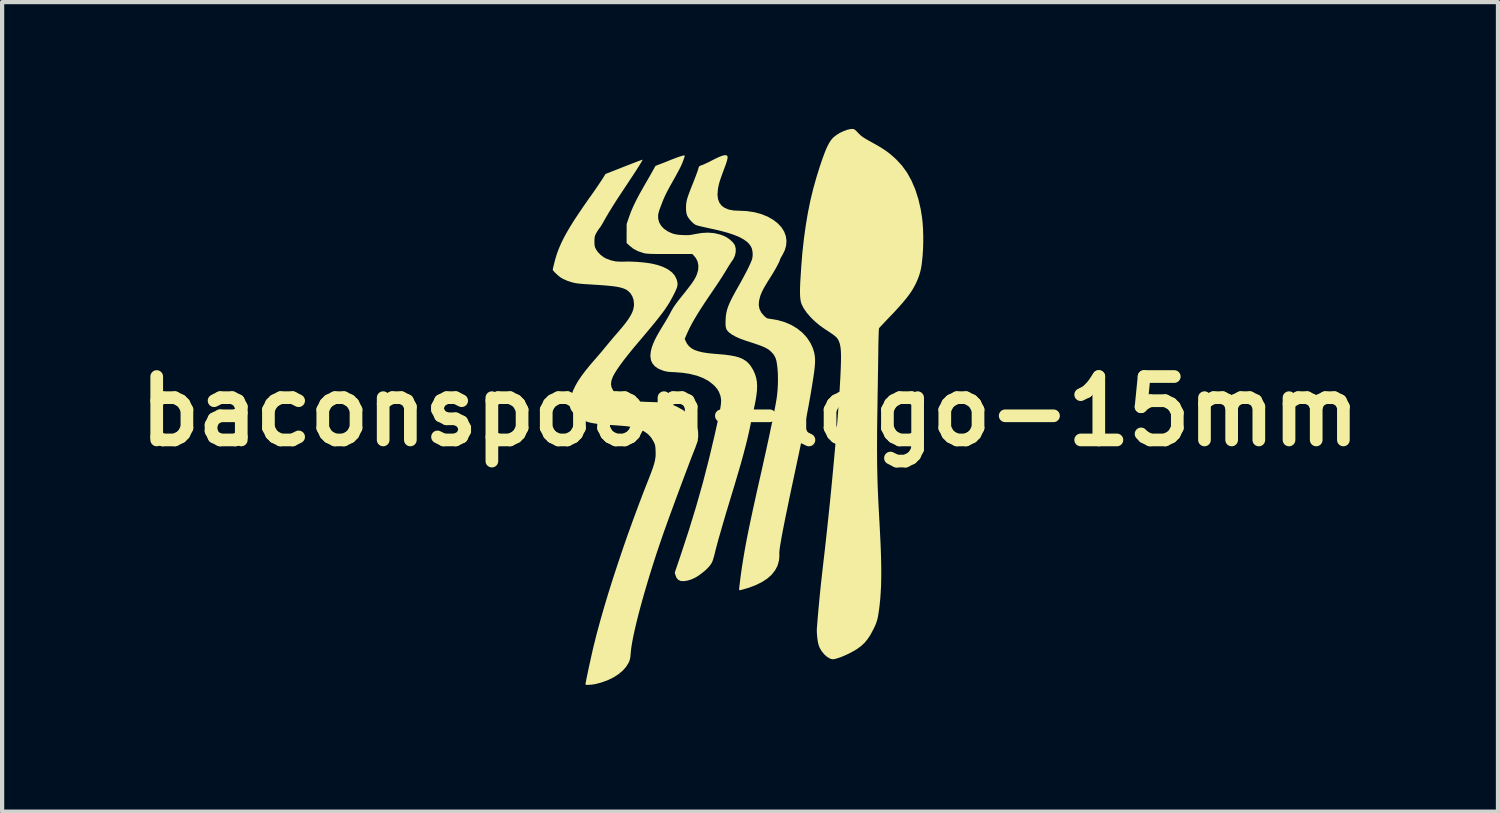
<source format=kicad_pcb>
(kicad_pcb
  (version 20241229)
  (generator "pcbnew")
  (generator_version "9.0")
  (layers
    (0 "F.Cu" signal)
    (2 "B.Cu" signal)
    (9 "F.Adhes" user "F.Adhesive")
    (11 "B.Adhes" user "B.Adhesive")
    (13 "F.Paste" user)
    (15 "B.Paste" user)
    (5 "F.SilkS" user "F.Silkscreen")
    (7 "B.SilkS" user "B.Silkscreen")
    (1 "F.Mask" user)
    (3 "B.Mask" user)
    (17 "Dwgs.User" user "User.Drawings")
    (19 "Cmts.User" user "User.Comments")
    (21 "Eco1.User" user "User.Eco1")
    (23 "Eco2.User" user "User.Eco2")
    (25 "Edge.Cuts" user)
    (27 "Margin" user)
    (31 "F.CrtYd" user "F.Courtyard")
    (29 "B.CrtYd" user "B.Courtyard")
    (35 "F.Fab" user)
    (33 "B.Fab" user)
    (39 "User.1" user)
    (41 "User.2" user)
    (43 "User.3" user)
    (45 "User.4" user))
  (footprint "baconspoon-logo-15mm"
    (layer "F.Cu")
    (at 14.693 6.679)
    (property "Reference" "baconspoon-logo-15mm" (at 0 0 0) (layer "F.SilkS") (effects (font (size 1.5 1.5) (thickness 0.3))))
    (attr board_only exclude_from_pos_files exclude_from_bom)
    (fp_poly (pts (xy 2.44 -6.677) (xy 2.463 -6.67) (xy 2.487 -6.654) (xy 2.519 -6.625) (xy 2.546 -6.597) (xy 2.578 -6.563) (xy 2.608 -6.534) (xy 2.637 -6.509) (xy 2.671 -6.485) (xy 2.712 -6.458) (xy 2.764 -6.427) (xy 2.832 -6.389) (xy 2.916 -6.342) (xy 3.039 -6.273) (xy 3.143 -6.209) (xy 3.234 -6.147) (xy 3.318 -6.082) (xy 3.401 -6.011) (xy 3.458 -5.958) (xy 3.594 -5.811) (xy 3.715 -5.644) (xy 3.819 -5.456) (xy 3.908 -5.249) (xy 3.981 -5.022) (xy 4.038 -4.776) (xy 4.068 -4.59) (xy 4.082 -4.46) (xy 4.092 -4.312) (xy 4.097 -4.153) (xy 4.097 -3.99) (xy 4.092 -3.83) (xy 4.082 -3.68) (xy 4.081 -3.669) (xy 4.069 -3.551) (xy 4.057 -3.452) (xy 4.042 -3.368) (xy 4.024 -3.291) (xy 4.001 -3.217) (xy 3.973 -3.139) (xy 3.933 -3.045) (xy 3.887 -2.954) (xy 3.834 -2.862) (xy 3.77 -2.768) (xy 3.695 -2.669) (xy 3.606 -2.562) (xy 3.502 -2.445) (xy 3.381 -2.314) (xy 3.34 -2.272) (xy 3.271 -2.2) (xy 3.207 -2.133) (xy 3.152 -2.074) (xy 3.106 -2.025) (xy 3.073 -1.989) (xy 3.054 -1.968) (xy 3.051 -1.964) (xy 3.049 -1.947) (xy 3.046 -1.908) (xy 3.043 -1.848) (xy 3.041 -1.773) (xy 3.038 -1.684) (xy 3.036 -1.585) (xy 3.035 -1.505) (xy 3.034 -1.403) (xy 3.032 -1.281) (xy 3.03 -1.142) (xy 3.028 -0.99) (xy 3.025 -0.831) (xy 3.023 -0.669) (xy 3.02 -0.509) (xy 3.017 -0.354) (xy 3.017 -0.329) (xy 3.013 -0.054) (xy 3.009 0.198) (xy 3.006 0.43) (xy 3.005 0.645) (xy 3.004 0.846) (xy 3.005 1.036) (xy 3.006 1.217) (xy 3.009 1.393) (xy 3.013 1.566) (xy 3.018 1.739) (xy 3.025 1.916) (xy 3.033 2.098) (xy 3.043 2.29) (xy 3.054 2.493) (xy 3.063 2.656) (xy 3.077 2.925) (xy 3.089 3.171) (xy 3.097 3.395) (xy 3.102 3.601) (xy 3.104 3.79) (xy 3.103 3.965) (xy 3.099 4.128) (xy 3.091 4.282) (xy 3.081 4.427) (xy 3.067 4.568) (xy 3.056 4.661) (xy 3.041 4.764) (xy 3.028 4.847) (xy 3.013 4.917) (xy 2.995 4.978) (xy 2.973 5.039) (xy 2.944 5.104) (xy 2.914 5.164) (xy 2.848 5.288) (xy 2.781 5.39) (xy 2.709 5.477) (xy 2.628 5.552) (xy 2.535 5.621) (xy 2.443 5.676) (xy 2.352 5.725) (xy 2.259 5.769) (xy 2.17 5.807) (xy 2.088 5.836) (xy 2.019 5.857) (xy 1.965 5.865) (xy 1.954 5.866) (xy 1.921 5.86) (xy 1.897 5.853) (xy 1.824 5.811) (xy 1.755 5.75) (xy 1.693 5.674) (xy 1.644 5.588) (xy 1.625 5.538) (xy 1.61 5.482) (xy 1.597 5.408) (xy 1.587 5.326) (xy 1.581 5.243) (xy 1.579 5.17) (xy 1.581 5.138) (xy 1.6 4.896) (xy 1.622 4.645) (xy 1.647 4.383) (xy 1.675 4.105) (xy 1.708 3.809) (xy 1.741 3.52) (xy 1.779 3.19) (xy 1.816 2.853) (xy 1.852 2.513) (xy 1.888 2.172) (xy 1.922 1.832) (xy 1.954 1.495) (xy 1.985 1.164) (xy 2.014 0.84) (xy 2.041 0.528) (xy 2.066 0.228) (xy 2.088 -0.057) (xy 2.107 -0.324) (xy 2.123 -0.572) (xy 2.136 -0.797) (xy 2.14 -0.883) (xy 2.147 -1.044) (xy 2.151 -1.182) (xy 2.152 -1.299) (xy 2.15 -1.398) (xy 2.144 -1.48) (xy 2.134 -1.549) (xy 2.12 -1.607) (xy 2.102 -1.657) (xy 2.082 -1.698) (xy 2.065 -1.722) (xy 2.045 -1.747) (xy 2.017 -1.773) (xy 1.979 -1.803) (xy 1.928 -1.839) (xy 1.861 -1.885) (xy 1.775 -1.941) (xy 1.763 -1.949) (xy 1.643 -2.034) (xy 1.531 -2.129) (xy 1.428 -2.23) (xy 1.34 -2.333) (xy 1.27 -2.434) (xy 1.224 -2.522) (xy 1.205 -2.577) (xy 1.192 -2.643) (xy 1.184 -2.723) (xy 1.181 -2.819) (xy 1.183 -2.936) (xy 1.187 -3.035) (xy 1.21 -3.404) (xy 1.238 -3.751) (xy 1.274 -4.078) (xy 1.317 -4.39) (xy 1.367 -4.687) (xy 1.425 -4.975) (xy 1.492 -5.254) (xy 1.569 -5.529) (xy 1.654 -5.802) (xy 1.656 -5.807) (xy 1.706 -5.955) (xy 1.752 -6.08) (xy 1.793 -6.186) (xy 1.833 -6.273) (xy 1.87 -6.344) (xy 1.907 -6.403) (xy 1.945 -6.45) (xy 1.974 -6.481) (xy 2.042 -6.534) (xy 2.122 -6.584) (xy 2.208 -6.625) (xy 2.293 -6.657) (xy 2.371 -6.675) (xy 2.412 -6.679)) (stroke (width 0) (type solid)) (fill yes) (layer "F.SilkS"))
    (fp_poly (pts (xy -1.549 -6.053) (xy -1.548 -6.036) (xy -1.556 -6) (xy -1.573 -5.951) (xy -1.595 -5.892) (xy -1.622 -5.828) (xy -1.631 -5.808) (xy -1.655 -5.759) (xy -1.689 -5.693) (xy -1.73 -5.618) (xy -1.773 -5.538) (xy -1.81 -5.473) (xy -1.886 -5.338) (xy -1.95 -5.22) (xy -2.002 -5.116) (xy -2.045 -5.021) (xy -2.081 -4.932) (xy -2.089 -4.911) (xy -2.11 -4.855) (xy -2.13 -4.801) (xy -2.146 -4.76) (xy -2.149 -4.751) (xy -2.174 -4.653) (xy -2.174 -4.558) (xy -2.15 -4.469) (xy -2.103 -4.387) (xy -2.035 -4.315) (xy -1.948 -4.257) (xy -1.879 -4.223) (xy -1.815 -4.199) (xy -1.748 -4.183) (xy -1.67 -4.173) (xy -1.592 -4.169) (xy -1.516 -4.166) (xy -1.454 -4.167) (xy -1.399 -4.173) (xy -1.338 -4.184) (xy -1.309 -4.19) (xy -1.143 -4.218) (xy -0.99 -4.226) (xy -0.846 -4.214) (xy -0.708 -4.181) (xy -0.622 -4.149) (xy -0.547 -4.111) (xy -0.477 -4.061) (xy -0.416 -4.006) (xy -0.372 -3.949) (xy -0.359 -3.926) (xy -0.339 -3.852) (xy -0.339 -3.769) (xy -0.357 -3.684) (xy -0.394 -3.603) (xy -0.422 -3.562) (xy -0.443 -3.532) (xy -0.473 -3.486) (xy -0.509 -3.43) (xy -0.545 -3.37) (xy -0.548 -3.365) (xy -0.585 -3.304) (xy -0.621 -3.246) (xy -0.657 -3.187) (xy -0.698 -3.125) (xy -0.743 -3.055) (xy -0.796 -2.976) (xy -0.86 -2.882) (xy -0.935 -2.771) (xy -0.956 -2.74) (xy -1.067 -2.575) (xy -1.164 -2.427) (xy -1.247 -2.294) (xy -1.319 -2.174) (xy -1.382 -2.062) (xy -1.436 -1.957) (xy -1.483 -1.857) (xy -1.496 -1.827) (xy -1.546 -1.714) (xy -1.522 -1.658) (xy -1.488 -1.593) (xy -1.443 -1.538) (xy -1.387 -1.491) (xy -1.317 -1.452) (xy -1.23 -1.421) (xy -1.125 -1.395) (xy -1 -1.375) (xy -0.852 -1.36) (xy -0.774 -1.354) (xy -0.611 -1.34) (xy -0.472 -1.322) (xy -0.353 -1.3) (xy -0.253 -1.271) (xy -0.168 -1.234) (xy -0.096 -1.189) (xy -0.035 -1.134) (xy 0.018 -1.068) (xy 0.066 -0.99) (xy 0.082 -0.959) (xy 0.119 -0.875) (xy 0.145 -0.79) (xy 0.161 -0.701) (xy 0.167 -0.603) (xy 0.164 -0.494) (xy 0.15 -0.37) (xy 0.127 -0.23) (xy 0.093 -0.068) (xy 0.091 -0.058) (xy 0.074 0.021) (xy 0.054 0.113) (xy 0.033 0.209) (xy 0.015 0.297) (xy 0.014 0.303) (xy -0.013 0.432) (xy -0.042 0.563) (xy -0.074 0.699) (xy -0.111 0.843) (xy -0.151 0.996) (xy -0.196 1.161) (xy -0.247 1.34) (xy -0.305 1.537) (xy -0.369 1.753) (xy -0.441 1.99) (xy -0.451 2.024) (xy -0.508 2.212) (xy -0.563 2.393) (xy -0.614 2.567) (xy -0.662 2.731) (xy -0.705 2.881) (xy -0.744 3.016) (xy -0.776 3.134) (xy -0.802 3.231) (xy -0.818 3.294) (xy -0.84 3.385) (xy -0.859 3.455) (xy -0.875 3.508) (xy -0.89 3.55) (xy -0.906 3.584) (xy -0.924 3.614) (xy -0.946 3.646) (xy -0.996 3.703) (xy -1.061 3.766) (xy -1.137 3.828) (xy -1.216 3.886) (xy -1.292 3.933) (xy -1.302 3.938) (xy -1.39 3.978) (xy -1.478 4.005) (xy -1.559 4.018) (xy -1.628 4.016) (xy -1.644 4.013) (xy -1.699 3.987) (xy -1.739 3.94) (xy -1.761 3.887) (xy -1.781 3.818) (xy -1.633 3.38) (xy -1.445 2.807) (xy -1.273 2.245) (xy -1.115 1.686) (xy -0.97 1.123) (xy -0.834 0.549) (xy -0.762 0.222) (xy -0.735 0.096) (xy -0.715 -0.008) (xy -0.7 -0.093) (xy -0.69 -0.163) (xy -0.685 -0.221) (xy -0.685 -0.27) (xy -0.69 -0.313) (xy -0.698 -0.354) (xy -0.704 -0.375) (xy -0.733 -0.453) (xy -0.773 -0.522) (xy -0.829 -0.589) (xy -0.872 -0.631) (xy -0.978 -0.714) (xy -1.105 -0.783) (xy -1.252 -0.84) (xy -1.418 -0.882) (xy -1.6 -0.911) (xy -1.772 -0.924) (xy -1.858 -0.928) (xy -1.924 -0.933) (xy -1.977 -0.941) (xy -2.024 -0.951) (xy -2.062 -0.963) (xy -2.166 -1.006) (xy -2.248 -1.061) (xy -2.307 -1.128) (xy -2.343 -1.206) (xy -2.357 -1.297) (xy -2.355 -1.356) (xy -2.344 -1.431) (xy -2.324 -1.51) (xy -2.294 -1.594) (xy -2.253 -1.687) (xy -2.199 -1.791) (xy -2.131 -1.91) (xy -2.049 -2.045) (xy -2.004 -2.119) (xy -1.958 -2.197) (xy -1.916 -2.27) (xy -1.882 -2.334) (xy -1.868 -2.36) (xy -1.84 -2.411) (xy -1.807 -2.465) (xy -1.765 -2.526) (xy -1.712 -2.598) (xy -1.645 -2.683) (xy -1.604 -2.734) (xy -1.52 -2.839) (xy -1.452 -2.927) (xy -1.396 -3.001) (xy -1.352 -3.064) (xy -1.317 -3.119) (xy -1.289 -3.168) (xy -1.267 -3.215) (xy -1.255 -3.246) (xy -1.227 -3.346) (xy -1.222 -3.445) (xy -1.239 -3.537) (xy -1.278 -3.619) (xy -1.328 -3.681) (xy -1.368 -3.72) (xy -1.899 -3.72) (xy -2.034 -3.72) (xy -2.146 -3.72) (xy -2.237 -3.721) (xy -2.31 -3.722) (xy -2.369 -3.724) (xy -2.415 -3.727) (xy -2.452 -3.73) (xy -2.482 -3.734) (xy -2.507 -3.74) (xy -2.517 -3.742) (xy -2.647 -3.785) (xy -2.758 -3.843) (xy -2.843 -3.91) (xy -2.92 -3.981) (xy -2.92 -4.205) (xy -2.919 -4.429) (xy -2.86 -4.603) (xy -2.816 -4.723) (xy -2.76 -4.852) (xy -2.693 -4.991) (xy -2.612 -5.144) (xy -2.516 -5.314) (xy -2.513 -5.319) (xy -2.468 -5.397) (xy -2.42 -5.48) (xy -2.374 -5.56) (xy -2.335 -5.63) (xy -2.315 -5.665) (xy -2.237 -5.805) (xy -2.127 -5.847) (xy -2.066 -5.87) (xy -1.993 -5.899) (xy -1.919 -5.929) (xy -1.882 -5.944) (xy -1.813 -5.971) (xy -1.743 -5.997) (xy -1.678 -6.02) (xy -1.622 -6.038) (xy -1.579 -6.05) (xy -1.554 -6.054)) (stroke (width 0) (type solid)) (fill yes) (layer "F.SilkS"))
    (fp_poly (pts (xy -0.578 -6.058) (xy -0.554 -6.052) (xy -0.538 -6.04) (xy -0.531 -6.017) (xy -0.533 -5.983) (xy -0.544 -5.934) (xy -0.564 -5.868) (xy -0.595 -5.782) (xy -0.617 -5.723) (xy -0.655 -5.62) (xy -0.685 -5.537) (xy -0.708 -5.469) (xy -0.726 -5.412) (xy -0.739 -5.36) (xy -0.75 -5.31) (xy -0.759 -5.258) (xy -0.762 -5.234) (xy -0.77 -5.117) (xy -0.757 -5.016) (xy -0.724 -4.931) (xy -0.671 -4.862) (xy -0.597 -4.809) (xy -0.504 -4.772) (xy -0.39 -4.75) (xy -0.28 -4.745) (xy -0.081 -4.736) (xy 0.102 -4.709) (xy 0.27 -4.664) (xy 0.419 -4.603) (xy 0.549 -4.528) (xy 0.657 -4.444) (xy 0.743 -4.352) (xy 0.806 -4.252) (xy 0.846 -4.146) (xy 0.862 -4.036) (xy 0.854 -3.922) (xy 0.821 -3.807) (xy 0.763 -3.691) (xy 0.761 -3.688) (xy 0.736 -3.646) (xy 0.718 -3.612) (xy 0.709 -3.592) (xy 0.709 -3.59) (xy 0.703 -3.566) (xy 0.684 -3.524) (xy 0.655 -3.467) (xy 0.619 -3.399) (xy 0.576 -3.324) (xy 0.528 -3.244) (xy 0.487 -3.178) (xy 0.424 -3.078) (xy 0.374 -2.995) (xy 0.334 -2.926) (xy 0.302 -2.867) (xy 0.277 -2.816) (xy 0.257 -2.767) (xy 0.239 -2.718) (xy 0.239 -2.718) (xy 0.212 -2.608) (xy 0.206 -2.508) (xy 0.224 -2.418) (xy 0.265 -2.336) (xy 0.322 -2.268) (xy 0.36 -2.231) (xy 0.388 -2.209) (xy 0.416 -2.196) (xy 0.451 -2.189) (xy 0.478 -2.186) (xy 0.655 -2.156) (xy 0.821 -2.108) (xy 0.975 -2.042) (xy 1.114 -1.959) (xy 1.236 -1.861) (xy 1.34 -1.749) (xy 1.424 -1.624) (xy 1.474 -1.521) (xy 1.5 -1.449) (xy 1.519 -1.38) (xy 1.532 -1.308) (xy 1.538 -1.232) (xy 1.537 -1.146) (xy 1.53 -1.047) (xy 1.517 -0.932) (xy 1.497 -0.796) (xy 1.491 -0.754) (xy 1.473 -0.644) (xy 1.456 -0.539) (xy 1.439 -0.438) (xy 1.422 -0.339) (xy 1.404 -0.239) (xy 1.386 -0.137) (xy 1.366 -0.031) (xy 1.344 0.082) (xy 1.32 0.202) (xy 1.294 0.334) (xy 1.264 0.477) (xy 1.232 0.635) (xy 1.195 0.809) (xy 1.155 1.001) (xy 1.11 1.213) (xy 1.06 1.448) (xy 1.033 1.573) (xy 0.976 1.841) (xy 0.925 2.084) (xy 0.88 2.304) (xy 0.839 2.501) (xy 0.804 2.676) (xy 0.774 2.83) (xy 0.749 2.964) (xy 0.729 3.077) (xy 0.713 3.172) (xy 0.702 3.249) (xy 0.695 3.308) (xy 0.692 3.351) (xy 0.693 3.373) (xy 0.694 3.421) (xy 0.69 3.481) (xy 0.684 3.53) (xy 0.651 3.651) (xy 0.593 3.762) (xy 0.512 3.865) (xy 0.407 3.958) (xy 0.278 4.042) (xy 0.126 4.116) (xy -0.05 4.181) (xy -0.149 4.21) (xy -0.201 4.224) (xy -0.233 4.232) (xy -0.25 4.233) (xy -0.257 4.227) (xy -0.258 4.215) (xy -0.258 4.214) (xy -0.256 4.185) (xy -0.251 4.134) (xy -0.243 4.067) (xy -0.233 3.987) (xy -0.222 3.898) (xy -0.209 3.806) (xy -0.196 3.713) (xy -0.186 3.649) (xy -0.16 3.487) (xy -0.132 3.32) (xy -0.1 3.143) (xy -0.064 2.955) (xy -0.023 2.753) (xy 0.023 2.534) (xy 0.074 2.297) (xy 0.131 2.039) (xy 0.161 1.902) (xy 0.206 1.704) (xy 0.245 1.53) (xy 0.28 1.376) (xy 0.31 1.24) (xy 0.336 1.12) (xy 0.36 1.015) (xy 0.381 0.921) (xy 0.399 0.836) (xy 0.416 0.758) (xy 0.432 0.685) (xy 0.447 0.615) (xy 0.452 0.593) (xy 0.491 0.405) (xy 0.526 0.24) (xy 0.555 0.096) (xy 0.579 -0.029) (xy 0.6 -0.136) (xy 0.616 -0.227) (xy 0.629 -0.305) (xy 0.638 -0.37) (xy 0.639 -0.38) (xy 0.651 -0.5) (xy 0.658 -0.626) (xy 0.66 -0.753) (xy 0.658 -0.878) (xy 0.651 -0.996) (xy 0.639 -1.101) (xy 0.624 -1.19) (xy 0.605 -1.256) (xy 0.563 -1.336) (xy 0.515 -1.392) (xy 0.483 -1.423) (xy 0.451 -1.45) (xy 0.415 -1.474) (xy 0.374 -1.498) (xy 0.324 -1.522) (xy 0.263 -1.547) (xy 0.187 -1.574) (xy 0.095 -1.606) (xy -0.018 -1.643) (xy -0.103 -1.67) (xy -0.228 -1.715) (xy -0.338 -1.764) (xy -0.43 -1.815) (xy -0.5 -1.868) (xy -0.509 -1.876) (xy -0.538 -1.908) (xy -0.559 -1.942) (xy -0.572 -1.982) (xy -0.579 -2.033) (xy -0.58 -2.1) (xy -0.577 -2.187) (xy -0.577 -2.19) (xy -0.571 -2.262) (xy -0.56 -2.33) (xy -0.544 -2.399) (xy -0.521 -2.471) (xy -0.489 -2.549) (xy -0.448 -2.637) (xy -0.396 -2.738) (xy -0.332 -2.855) (xy -0.279 -2.949) (xy -0.204 -3.082) (xy -0.137 -3.207) (xy -0.077 -3.32) (xy -0.027 -3.421) (xy 0.012 -3.507) (xy 0.04 -3.575) (xy 0.053 -3.616) (xy 0.063 -3.693) (xy 0.059 -3.774) (xy 0.043 -3.849) (xy 0.021 -3.898) (xy -0.022 -3.959) (xy -0.08 -4.015) (xy -0.154 -4.067) (xy -0.245 -4.117) (xy -0.355 -4.163) (xy -0.484 -4.208) (xy -0.636 -4.252) (xy -0.81 -4.295) (xy -0.98 -4.332) (xy -1.061 -4.35) (xy -1.136 -4.367) (xy -1.2 -4.382) (xy -1.249 -4.396) (xy -1.278 -4.405) (xy -1.28 -4.405) (xy -1.326 -4.434) (xy -1.376 -4.479) (xy -1.425 -4.532) (xy -1.466 -4.588) (xy -1.49 -4.635) (xy -1.504 -4.682) (xy -1.512 -4.737) (xy -1.515 -4.808) (xy -1.515 -4.822) (xy -1.513 -4.87) (xy -1.51 -4.915) (xy -1.503 -4.96) (xy -1.492 -5.008) (xy -1.476 -5.064) (xy -1.453 -5.13) (xy -1.423 -5.21) (xy -1.385 -5.308) (xy -1.348 -5.4) (xy -1.316 -5.482) (xy -1.286 -5.56) (xy -1.26 -5.63) (xy -1.24 -5.686) (xy -1.228 -5.725) (xy -1.225 -5.733) (xy -1.215 -5.772) (xy -1.202 -5.794) (xy -1.18 -5.808) (xy -1.143 -5.821) (xy -1.106 -5.835) (xy -1.053 -5.859) (xy -0.991 -5.888) (xy -0.927 -5.92) (xy -0.922 -5.923) (xy -0.824 -5.973) (xy -0.745 -6.01) (xy -0.682 -6.036) (xy -0.633 -6.052) (xy -0.596 -6.058)) (stroke (width 0) (type solid)) (fill yes) (layer "F.SilkS"))
    (fp_poly (pts (xy -2.547 -5.938) (xy -2.566 -5.904) (xy -2.599 -5.849) (xy -2.646 -5.773) (xy -2.708 -5.676) (xy -2.785 -5.558) (xy -2.876 -5.42) (xy -2.964 -5.288) (xy -3.061 -5.141) (xy -3.146 -5.012) (xy -3.219 -4.898) (xy -3.283 -4.795) (xy -3.341 -4.701) (xy -3.393 -4.612) (xy -3.443 -4.525) (xy -3.475 -4.468) (xy -3.505 -4.416) (xy -3.537 -4.365) (xy -3.565 -4.327) (xy -3.566 -4.326) (xy -3.596 -4.284) (xy -3.628 -4.233) (xy -3.645 -4.203) (xy -3.663 -4.165) (xy -3.674 -4.13) (xy -3.679 -4.091) (xy -3.681 -4.038) (xy -3.681 -4.016) (xy -3.68 -3.956) (xy -3.676 -3.913) (xy -3.666 -3.878) (xy -3.651 -3.844) (xy -3.647 -3.836) (xy -3.601 -3.768) (xy -3.539 -3.703) (xy -3.468 -3.648) (xy -3.412 -3.616) (xy -3.291 -3.57) (xy -3.171 -3.544) (xy -3.044 -3.538) (xy -2.998 -3.539) (xy -2.901 -3.542) (xy -2.787 -3.539) (xy -2.666 -3.533) (xy -2.544 -3.523) (xy -2.432 -3.51) (xy -2.336 -3.495) (xy -2.335 -3.495) (xy -2.18 -3.458) (xy -2.047 -3.41) (xy -1.936 -3.353) (xy -1.847 -3.286) (xy -1.781 -3.21) (xy -1.741 -3.13) (xy -1.724 -3.075) (xy -1.715 -3.027) (xy -1.717 -2.98) (xy -1.729 -2.93) (xy -1.752 -2.87) (xy -1.788 -2.794) (xy -1.799 -2.772) (xy -1.837 -2.699) (xy -1.875 -2.63) (xy -1.913 -2.563) (xy -1.955 -2.497) (xy -2 -2.429) (xy -2.051 -2.357) (xy -2.109 -2.28) (xy -2.176 -2.194) (xy -2.253 -2.098) (xy -2.342 -1.99) (xy -2.444 -1.868) (xy -2.561 -1.729) (xy -2.617 -1.663) (xy -2.76 -1.494) (xy -2.883 -1.342) (xy -2.99 -1.206) (xy -3.079 -1.085) (xy -3.151 -0.98) (xy -3.208 -0.889) (xy -3.245 -0.819) (xy -3.279 -0.727) (xy -3.29 -0.642) (xy -3.276 -0.564) (xy -3.237 -0.491) (xy -3.18 -0.429) (xy -3.105 -0.371) (xy -3.016 -0.324) (xy -2.907 -0.286) (xy -2.846 -0.269) (xy -2.79 -0.255) (xy -2.736 -0.245) (xy -2.679 -0.237) (xy -2.614 -0.231) (xy -2.536 -0.226) (xy -2.441 -0.222) (xy -2.353 -0.219) (xy -2.231 -0.215) (xy -2.131 -0.209) (xy -2.048 -0.202) (xy -1.977 -0.192) (xy -1.915 -0.179) (xy -1.857 -0.161) (xy -1.798 -0.139) (xy -1.734 -0.11) (xy -1.724 -0.105) (xy -1.587 -0.029) (xy -1.47 0.062) (xy -1.387 0.15) (xy -1.31 0.259) (xy -1.257 0.369) (xy -1.229 0.482) (xy -1.226 0.599) (xy -1.247 0.723) (xy -1.292 0.855) (xy -1.295 0.862) (xy -1.316 0.914) (xy -1.345 0.987) (xy -1.381 1.08) (xy -1.423 1.189) (xy -1.469 1.312) (xy -1.52 1.446) (xy -1.574 1.59) (xy -1.63 1.739) (xy -1.687 1.893) (xy -1.745 2.048) (xy -1.801 2.201) (xy -1.856 2.351) (xy -1.909 2.494) (xy -1.957 2.628) (xy -2.001 2.751) (xy -2.04 2.859) (xy -2.056 2.906) (xy -2.141 3.153) (xy -2.224 3.4) (xy -2.303 3.646) (xy -2.379 3.889) (xy -2.45 4.126) (xy -2.517 4.357) (xy -2.579 4.578) (xy -2.635 4.789) (xy -2.685 4.986) (xy -2.728 5.17) (xy -2.764 5.336) (xy -2.792 5.485) (xy -2.812 5.613) (xy -2.823 5.719) (xy -2.823 5.72) (xy -2.829 5.79) (xy -2.836 5.842) (xy -2.847 5.885) (xy -2.863 5.927) (xy -2.872 5.948) (xy -2.931 6.044) (xy -3.012 6.135) (xy -3.113 6.22) (xy -3.232 6.296) (xy -3.365 6.361) (xy -3.511 6.414) (xy -3.636 6.448) (xy -3.695 6.459) (xy -3.755 6.467) (xy -3.81 6.471) (xy -3.855 6.472) (xy -3.885 6.469) (xy -3.894 6.462) (xy -3.891 6.441) (xy -3.883 6.399) (xy -3.872 6.338) (xy -3.856 6.262) (xy -3.838 6.175) (xy -3.818 6.08) (xy -3.796 5.98) (xy -3.774 5.879) (xy -3.752 5.78) (xy -3.731 5.687) (xy -3.712 5.603) (xy -3.702 5.564) (xy -3.633 5.285) (xy -3.552 4.986) (xy -3.462 4.67) (xy -3.363 4.339) (xy -3.256 3.997) (xy -3.141 3.645) (xy -3.021 3.287) (xy -2.895 2.925) (xy -2.764 2.562) (xy -2.63 2.201) (xy -2.494 1.845) (xy -2.415 1.645) (xy -2.365 1.517) (xy -2.324 1.409) (xy -2.292 1.318) (xy -2.268 1.24) (xy -2.251 1.172) (xy -2.24 1.11) (xy -2.234 1.051) (xy -2.233 0.992) (xy -2.234 0.948) (xy -2.237 0.882) (xy -2.241 0.833) (xy -2.249 0.795) (xy -2.262 0.759) (xy -2.28 0.72) (xy -2.34 0.621) (xy -2.418 0.538) (xy -2.515 0.47) (xy -2.633 0.418) (xy -2.694 0.398) (xy -2.744 0.384) (xy -2.794 0.373) (xy -2.846 0.364) (xy -2.906 0.355) (xy -2.978 0.348) (xy -3.065 0.341) (xy -3.172 0.333) (xy -3.236 0.329) (xy -3.365 0.32) (xy -3.471 0.312) (xy -3.559 0.304) (xy -3.633 0.295) (xy -3.697 0.285) (xy -3.754 0.275) (xy -3.808 0.262) (xy -3.827 0.257) (xy -3.955 0.212) (xy -4.064 0.152) (xy -4.153 0.077) (xy -4.221 -0.013) (xy -4.224 -0.017) (xy -4.249 -0.066) (xy -4.263 -0.113) (xy -4.267 -0.163) (xy -4.26 -0.226) (xy -4.249 -0.288) (xy -4.222 -0.392) (xy -4.184 -0.495) (xy -4.134 -0.6) (xy -4.071 -0.71) (xy -3.992 -0.828) (xy -3.898 -0.954) (xy -3.785 -1.093) (xy -3.688 -1.206) (xy -3.626 -1.277) (xy -3.559 -1.355) (xy -3.493 -1.432) (xy -3.436 -1.502) (xy -3.409 -1.534) (xy -3.36 -1.594) (xy -3.299 -1.667) (xy -3.232 -1.746) (xy -3.166 -1.823) (xy -3.12 -1.876) (xy -3.019 -1.995) (xy -2.935 -2.1) (xy -2.869 -2.193) (xy -2.819 -2.276) (xy -2.782 -2.352) (xy -2.759 -2.424) (xy -2.747 -2.493) (xy -2.745 -2.537) (xy -2.755 -2.632) (xy -2.785 -2.72) (xy -2.832 -2.795) (xy -2.893 -2.854) (xy -2.93 -2.877) (xy -2.97 -2.896) (xy -3.013 -2.912) (xy -3.061 -2.926) (xy -3.118 -2.939) (xy -3.185 -2.95) (xy -3.264 -2.961) (xy -3.359 -2.97) (xy -3.471 -2.98) (xy -3.604 -2.989) (xy -3.758 -2.999) (xy -3.839 -3.004) (xy -3.918 -3.009) (xy -3.993 -3.015) (xy -4.058 -3.022) (xy -4.108 -3.028) (xy -4.129 -3.031) (xy -4.227 -3.055) (xy -4.323 -3.087) (xy -4.408 -3.124) (xy -4.47 -3.158) (xy -4.509 -3.186) (xy -4.551 -3.221) (xy -4.593 -3.26) (xy -4.63 -3.297) (xy -4.656 -3.327) (xy -4.667 -3.347) (xy -4.667 -3.349) (xy -4.665 -3.365) (xy -4.657 -3.401) (xy -4.645 -3.451) (xy -4.63 -3.511) (xy -4.628 -3.519) (xy -4.598 -3.632) (xy -4.562 -3.745) (xy -4.519 -3.858) (xy -4.468 -3.974) (xy -4.409 -4.096) (xy -4.339 -4.225) (xy -4.258 -4.363) (xy -4.165 -4.512) (xy -4.058 -4.674) (xy -3.937 -4.852) (xy -3.801 -5.047) (xy -3.78 -5.075) (xy -3.722 -5.158) (xy -3.663 -5.242) (xy -3.608 -5.323) (xy -3.559 -5.395) (xy -3.52 -5.454) (xy -3.502 -5.481) (xy -3.418 -5.614) (xy -2.983 -5.785) (xy -2.883 -5.824) (xy -2.791 -5.86) (xy -2.71 -5.891) (xy -2.642 -5.917) (xy -2.589 -5.936) (xy -2.556 -5.948) (xy -2.543 -5.951)) (stroke (width 0) (type solid)) (fill yes) (layer "F.SilkS")))
  (gr_rect
    (start -3 -3)
    (end 32.386 16.151)
    (stroke (width 0.1) (type default))
    (fill no)
    (layer "Edge.Cuts")))
</source>
